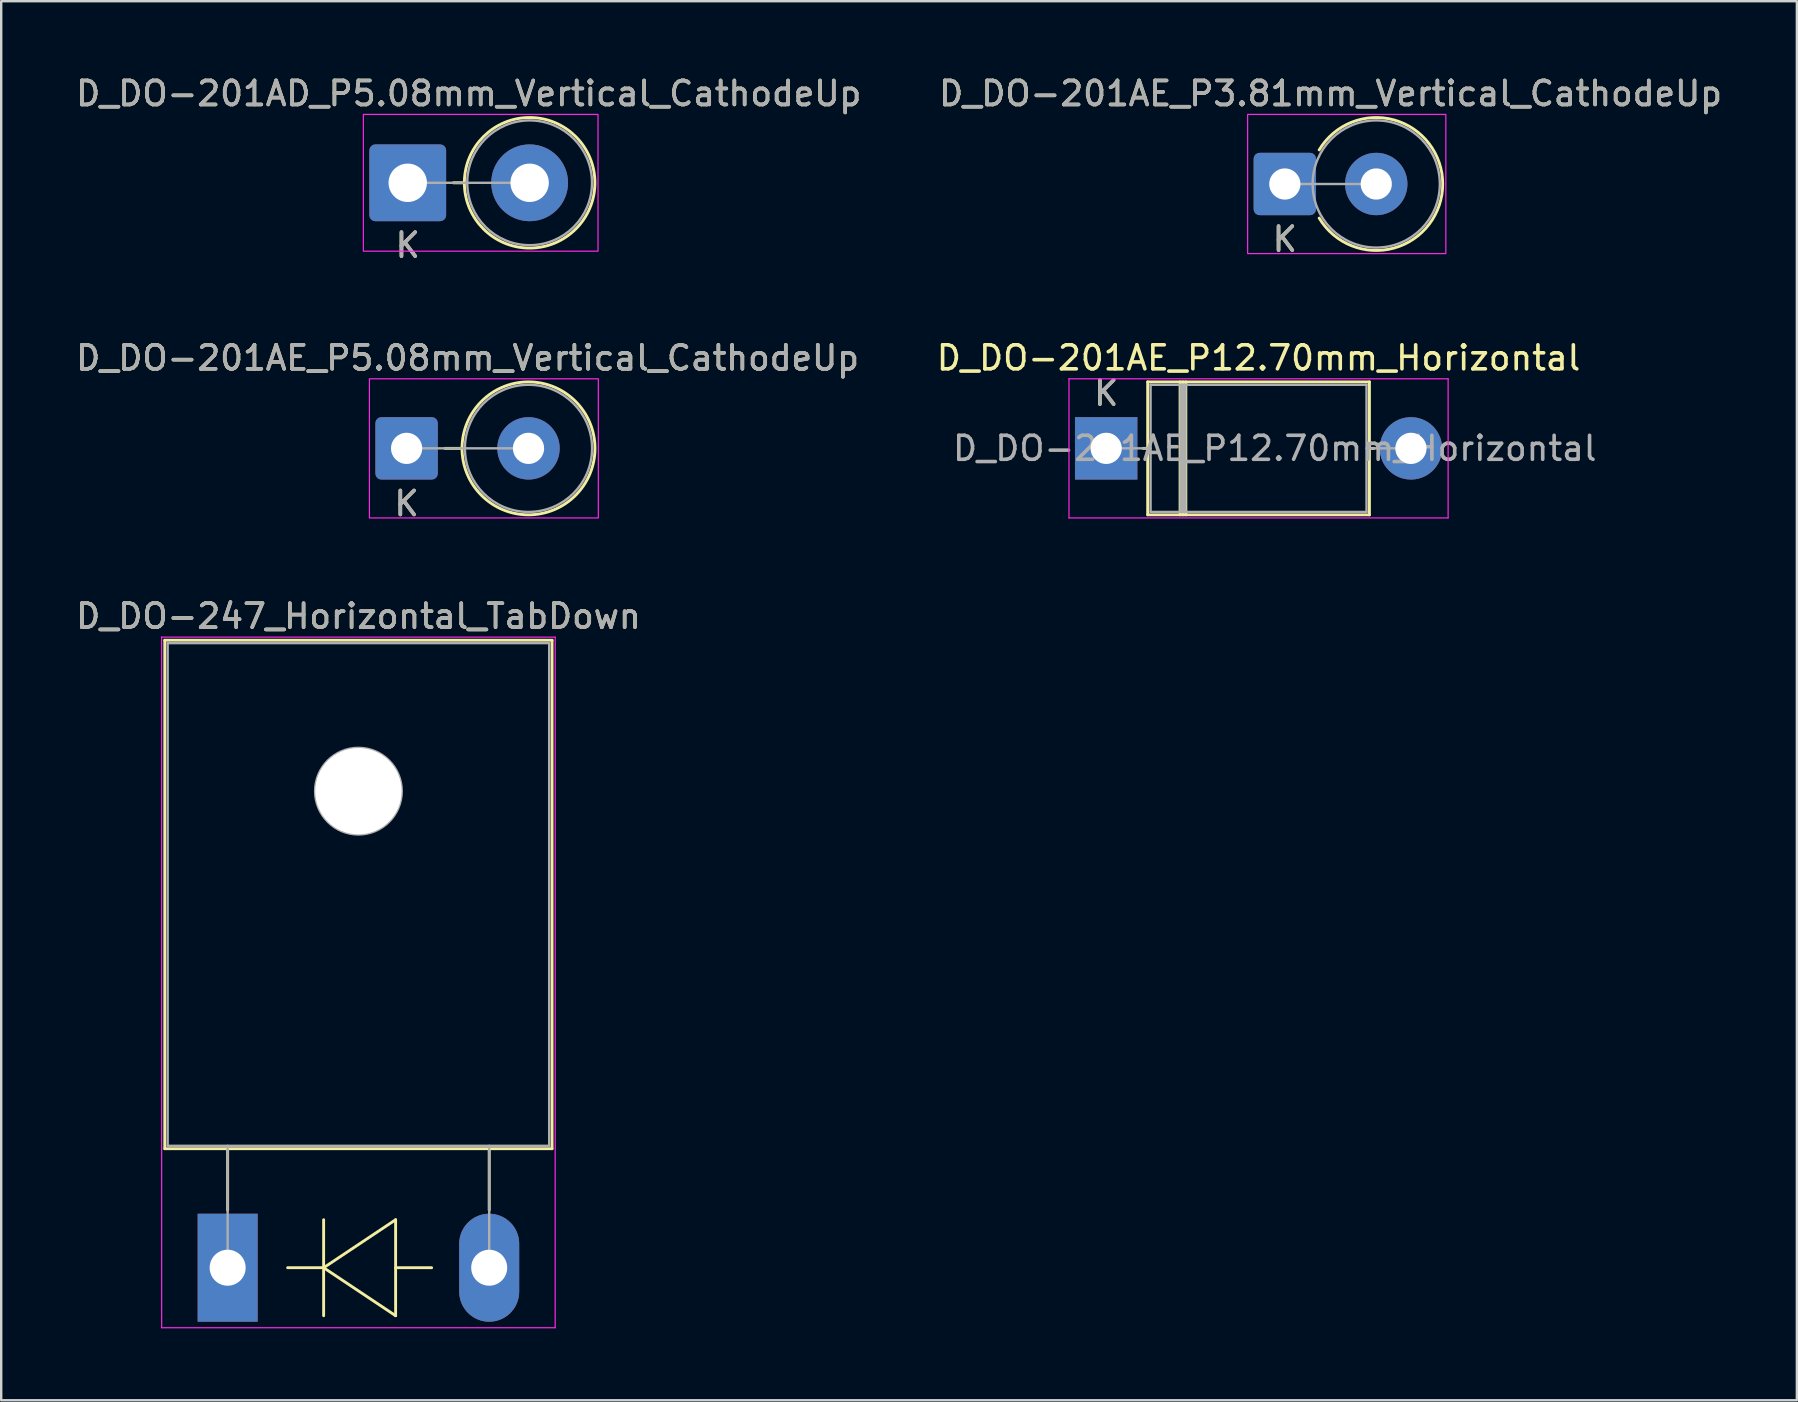
<source format=kicad_pcb>
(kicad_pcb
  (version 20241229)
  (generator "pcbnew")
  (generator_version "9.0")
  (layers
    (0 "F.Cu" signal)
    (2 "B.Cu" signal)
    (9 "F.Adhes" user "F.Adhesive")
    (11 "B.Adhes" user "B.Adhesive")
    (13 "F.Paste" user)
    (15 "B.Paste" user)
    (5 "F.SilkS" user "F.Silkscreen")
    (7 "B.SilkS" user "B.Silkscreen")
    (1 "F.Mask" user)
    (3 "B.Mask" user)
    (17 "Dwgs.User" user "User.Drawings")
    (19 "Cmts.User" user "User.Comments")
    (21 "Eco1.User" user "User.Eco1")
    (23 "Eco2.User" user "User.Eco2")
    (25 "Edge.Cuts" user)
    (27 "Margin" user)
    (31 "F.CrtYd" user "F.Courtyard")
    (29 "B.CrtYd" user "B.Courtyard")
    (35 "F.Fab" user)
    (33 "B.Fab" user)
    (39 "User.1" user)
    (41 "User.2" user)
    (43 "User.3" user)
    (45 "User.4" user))
  (footprint "D_DO-201AE_P5.08mm_Vertical_CathodeUp"
    (layer "F.Cu")
    (at 13.895 15.635)
    (property "Reference" "D_DO-201AE_P5.08mm_Vertical_CathodeUp" (at 2.54 -3.77 0) (layer "F.SilkS") (effects (font (size 1 1) (thickness 0.15))))
    (attr through_hole)
    (fp_line (start 2.31 0) (end 1.6 0) (stroke (width 0.12) (type solid)) (layer "F.SilkS"))
    (fp_circle (center 5.08 0) (end 7.85 0) (stroke (width 0.12) (type solid)) (fill no) (layer "F.SilkS"))
    (fp_rect (start -1.55 -2.9) (end 7.99 2.9) (stroke (width 0.05) (type solid)) (fill no) (layer "F.CrtYd"))
    (fp_line (start 0 0) (end 5.08 0) (stroke (width 0.1) (type solid)) (layer "F.Fab"))
    (fp_circle (center 5.08 0) (end 7.73 0) (stroke (width 0.1) (type solid)) (fill no) (layer "F.Fab"))
    (fp_text user "K" (at 0 2.3 0) (layer "F.SilkS") (effects (font (size 1 1) (thickness 0.15))))
    (fp_text user "${REFERENCE}" (at 2.54 -3.77 0) (layer "F.Fab") (effects (font (size 1 1) (thickness 0.15))))
    (fp_text user "K" (at 0 2.3 0) (layer "F.Fab") (effects (font (size 1 1) (thickness 0.15))))
    (pad "1" thru_hole roundrect (at 0 0) (size 2.6 2.6) (drill 1.3) (layers "*.Cu" "*.Mask") (roundrect_rratio 0.096))
    (pad "2" thru_hole circle (at 5.08 0) (size 2.6 2.6) (drill 1.3) (layers "*.Cu" "*.Mask")))
  (footprint "D_DO-247_Horizontal_TabDown"
    (layer "F.Cu")
    (at 6.437 49.781)
    (property "Reference" "D_DO-247_Horizontal_TabDown" (at 5.45 -27.15 0) (layer "F.SilkS") (effects (font (size 1 1) (thickness 0.15))))
    (attr through_hole)
    (fp_line (start -2.62 -26.15) (end -2.62 -4.96) (stroke (width 0.12) (type solid)) (layer "F.SilkS"))
    (fp_line (start -2.62 -26.15) (end 13.52 -26.15) (stroke (width 0.12) (type solid)) (layer "F.SilkS"))
    (fp_line (start -2.62 -4.96) (end 13.52 -4.96) (stroke (width 0.12) (type solid)) (layer "F.SilkS"))
    (fp_line (start 0 -4.96) (end 0 -2.4) (stroke (width 0.12) (type solid)) (layer "F.SilkS"))
    (fp_line (start 4 -2) (end 4 2) (stroke (width 0.12) (type solid)) (layer "F.SilkS"))
    (fp_line (start 4 0) (end 2.5 0) (stroke (width 0.12) (type solid)) (layer "F.SilkS"))
    (fp_line (start 4 0) (end 7 -2) (stroke (width 0.12) (type solid)) (layer "F.SilkS"))
    (fp_line (start 7 -2) (end 7 2) (stroke (width 0.12) (type solid)) (layer "F.SilkS"))
    (fp_line (start 7 0) (end 8.5 0) (stroke (width 0.12) (type solid)) (layer "F.SilkS"))
    (fp_line (start 7 2) (end 4 0) (stroke (width 0.12) (type solid)) (layer "F.SilkS"))
    (fp_line (start 10.9 -4.96) (end 10.9 -2.4) (stroke (width 0.12) (type solid)) (layer "F.SilkS"))
    (fp_line (start 13.52 -26.15) (end 13.52 -4.96) (stroke (width 0.12) (type solid)) (layer "F.SilkS"))
    (fp_line (start -2.75 -26.28) (end -2.75 2.5) (stroke (width 0.05) (type solid)) (layer "F.CrtYd"))
    (fp_line (start -2.75 2.5) (end 13.65 2.5) (stroke (width 0.05) (type solid)) (layer "F.CrtYd"))
    (fp_line (start 13.65 -26.28) (end -2.75 -26.28) (stroke (width 0.05) (type solid)) (layer "F.CrtYd"))
    (fp_line (start 13.65 2.5) (end 13.65 -26.28) (stroke (width 0.05) (type solid)) (layer "F.CrtYd"))
    (fp_line (start -2.5 -26.03) (end 13.4 -26.03) (stroke (width 0.1) (type solid)) (layer "F.Fab"))
    (fp_line (start -2.5 -5.08) (end -2.5 -26.03) (stroke (width 0.1) (type solid)) (layer "F.Fab"))
    (fp_line (start 0 -5.08) (end 0 0) (stroke (width 0.1) (type solid)) (layer "F.Fab"))
    (fp_line (start 10.9 -5.08) (end 10.9 0) (stroke (width 0.1) (type solid)) (layer "F.Fab"))
    (fp_line (start 13.4 -26.03) (end 13.4 -5.08) (stroke (width 0.1) (type solid)) (layer "F.Fab"))
    (fp_line (start 13.4 -5.08) (end -2.5 -5.08) (stroke (width 0.1) (type solid)) (layer "F.Fab"))
    (fp_circle (center 5.45 -19.86) (end 7.255 -19.86) (stroke (width 0.1) (type solid)) (fill no) (layer "F.Fab"))
    (fp_text user "${REFERENCE}" (at 5.45 -27.15 0) (layer "F.Fab") (effects (font (size 1 1) (thickness 0.15))))
    (pad "" np_thru_hole oval (at 5.45 -19.86) (size 3.6 3.6) (drill 3.6) (layers "*.Cu" "*.Mask"))
    (pad "1" thru_hole rect (at 0 0) (size 2.5 4.5) (drill 1.5) (layers "*.Cu" "*.Mask"))
    (pad "2" thru_hole oval (at 10.9 0) (size 2.5 4.5) (drill 1.5) (layers "*.Cu" "*.Mask")))
  (footprint "D_DO-201AE_P12.70mm_Horizontal"
    (layer "F.Cu")
    (at 43.049 15.635)
    (property "Reference" "D_DO-201AE_P12.70mm_Horizontal" (at 6.35 -3.77 0) (layer "F.SilkS") (effects (font (size 1 1) (thickness 0.15))))
    (attr through_hole)
    (fp_line (start 1.54 0) (end 1.73 0) (stroke (width 0.12) (type solid)) (layer "F.SilkS"))
    (fp_line (start 1.73 -2.77) (end 1.73 2.77) (stroke (width 0.12) (type solid)) (layer "F.SilkS"))
    (fp_line (start 1.73 2.77) (end 10.97 2.77) (stroke (width 0.12) (type solid)) (layer "F.SilkS"))
    (fp_line (start 3.08 -2.77) (end 3.08 2.77) (stroke (width 0.12) (type solid)) (layer "F.SilkS"))
    (fp_line (start 3.2 -2.77) (end 3.2 2.77) (stroke (width 0.12) (type solid)) (layer "F.SilkS"))
    (fp_line (start 3.32 -2.77) (end 3.32 2.77) (stroke (width 0.12) (type solid)) (layer "F.SilkS"))
    (fp_line (start 10.97 -2.77) (end 1.73 -2.77) (stroke (width 0.12) (type solid)) (layer "F.SilkS"))
    (fp_line (start 10.97 2.77) (end 10.97 -2.77) (stroke (width 0.12) (type solid)) (layer "F.SilkS"))
    (fp_line (start 11.16 0) (end 10.97 0) (stroke (width 0.12) (type solid)) (layer "F.SilkS"))
    (fp_line (start -1.55 -2.9) (end -1.55 2.9) (stroke (width 0.05) (type solid)) (layer "F.CrtYd"))
    (fp_line (start -1.55 2.9) (end 14.25 2.9) (stroke (width 0.05) (type solid)) (layer "F.CrtYd"))
    (fp_line (start 14.25 -2.9) (end -1.55 -2.9) (stroke (width 0.05) (type solid)) (layer "F.CrtYd"))
    (fp_line (start 14.25 2.9) (end 14.25 -2.9) (stroke (width 0.05) (type solid)) (layer "F.CrtYd"))
    (fp_line (start 0 0) (end 1.85 0) (stroke (width 0.1) (type solid)) (layer "F.Fab"))
    (fp_line (start 1.85 -2.65) (end 1.85 2.65) (stroke (width 0.1) (type solid)) (layer "F.Fab"))
    (fp_line (start 1.85 2.65) (end 10.85 2.65) (stroke (width 0.1) (type solid)) (layer "F.Fab"))
    (fp_line (start 3.1 -2.65) (end 3.1 2.65) (stroke (width 0.1) (type solid)) (layer "F.Fab"))
    (fp_line (start 3.2 -2.65) (end 3.2 2.65) (stroke (width 0.1) (type solid)) (layer "F.Fab"))
    (fp_line (start 3.3 -2.65) (end 3.3 2.65) (stroke (width 0.1) (type solid)) (layer "F.Fab"))
    (fp_line (start 10.85 -2.65) (end 1.85 -2.65) (stroke (width 0.1) (type solid)) (layer "F.Fab"))
    (fp_line (start 10.85 2.65) (end 10.85 -2.65) (stroke (width 0.1) (type solid)) (layer "F.Fab"))
    (fp_line (start 12.7 0) (end 10.85 0) (stroke (width 0.1) (type solid)) (layer "F.Fab"))
    (fp_text user "K" (at 0 -2.3 0) (layer "F.SilkS") (effects (font (size 1 1) (thickness 0.15))))
    (fp_text user "${REFERENCE}" (at 7.025 0 0) (layer "F.Fab") (effects (font (size 1 1) (thickness 0.15))))
    (fp_text user "K" (at 0 -2.3 0) (layer "F.Fab") (effects (font (size 1 1) (thickness 0.15))))
    (pad "1" thru_hole rect (at 0 0) (size 2.6 2.6) (drill 1.3) (layers "*.Cu" "*.Mask"))
    (pad "2" thru_hole circle (at 12.7 0) (size 2.6 2.6) (drill 1.3) (layers "*.Cu" "*.Mask")))
  (footprint "D_DO-201AD_P5.08mm_Vertical_CathodeUp"
    (layer "F.Cu")
    (at 13.942 4.568)
    (property "Reference" "D_DO-201AD_P5.08mm_Vertical_CathodeUp" (at 2.54 -3.72 0) (layer "F.SilkS") (effects (font (size 1 1) (thickness 0.15))))
    (attr through_hole)
    (fp_line (start 2.36 0) (end 1.9 0) (stroke (width 0.12) (type solid)) (layer "F.SilkS"))
    (fp_circle (center 5.08 0) (end 7.8 0) (stroke (width 0.12) (type solid)) (fill no) (layer "F.SilkS"))
    (fp_rect (start -1.85 -2.85) (end 7.93 2.85) (stroke (width 0.05) (type solid)) (fill no) (layer "F.CrtYd"))
    (fp_line (start 0 0) (end 5.08 0) (stroke (width 0.1) (type solid)) (layer "F.Fab"))
    (fp_circle (center 5.08 0) (end 7.68 0) (stroke (width 0.1) (type solid)) (fill no) (layer "F.Fab"))
    (fp_text user "K" (at 0 2.6 0) (layer "F.SilkS") (effects (font (size 1 1) (thickness 0.15))))
    (fp_text user "${REFERENCE}" (at 2.54 -3.72 0) (layer "F.Fab") (effects (font (size 1 1) (thickness 0.15))))
    (fp_text user "K" (at 0 2.6 0) (layer "F.Fab") (effects (font (size 1 1) (thickness 0.15))))
    (pad "1" thru_hole roundrect (at 0 0) (size 3.2 3.2) (drill 1.6) (layers "*.Cu" "*.Mask") (roundrect_rratio 0.078))
    (pad "2" thru_hole circle (at 5.08 0) (size 3.2 3.2) (drill 1.6) (layers "*.Cu" "*.Mask")))
  (footprint "D_DO-201AE_P3.81mm_Vertical_CathodeUp"
    (layer "F.Cu")
    (at 50.494 4.618)
    (property "Reference" "D_DO-201AE_P3.81mm_Vertical_CathodeUp" (at 1.905 -3.77 0) (layer "F.SilkS") (effects (font (size 1 1) (thickness 0.15))))
    (attr through_hole)
    (fp_arc (start 1.43166 -1.42) (mid 6.58 0) (end 1.43166 1.42) (stroke (width 0.12) (type solid)) (layer "F.SilkS"))
    (fp_rect (start -1.55 -2.9) (end 6.71 2.9) (stroke (width 0.05) (type solid)) (fill no) (layer "F.CrtYd"))
    (fp_line (start 0 0) (end 3.81 0) (stroke (width 0.1) (type solid)) (layer "F.Fab"))
    (fp_circle (center 3.81 0) (end 6.46 0) (stroke (width 0.1) (type solid)) (fill no) (layer "F.Fab"))
    (fp_text user "K" (at 0 2.3 0) (layer "F.SilkS") (effects (font (size 1 1) (thickness 0.15))))
    (fp_text user "${REFERENCE}" (at 1.905 -3.77 0) (layer "F.Fab") (effects (font (size 1 1) (thickness 0.15))))
    (fp_text user "K" (at 0 2.3 0) (layer "F.Fab") (effects (font (size 1 1) (thickness 0.15))))
    (pad "1" thru_hole roundrect (at 0 0) (size 2.6 2.6) (drill 1.3) (layers "*.Cu" "*.Mask") (roundrect_rratio 0.096))
    (pad "2" thru_hole circle (at 3.81 0) (size 2.6 2.6) (drill 1.3) (layers "*.Cu" "*.Mask")))
  (gr_rect
    (start -3 -3)
    (end 71.833 55.306)
    (stroke (width 0.1) (type default))
    (fill no)
    (layer "Edge.Cuts")))
</source>
